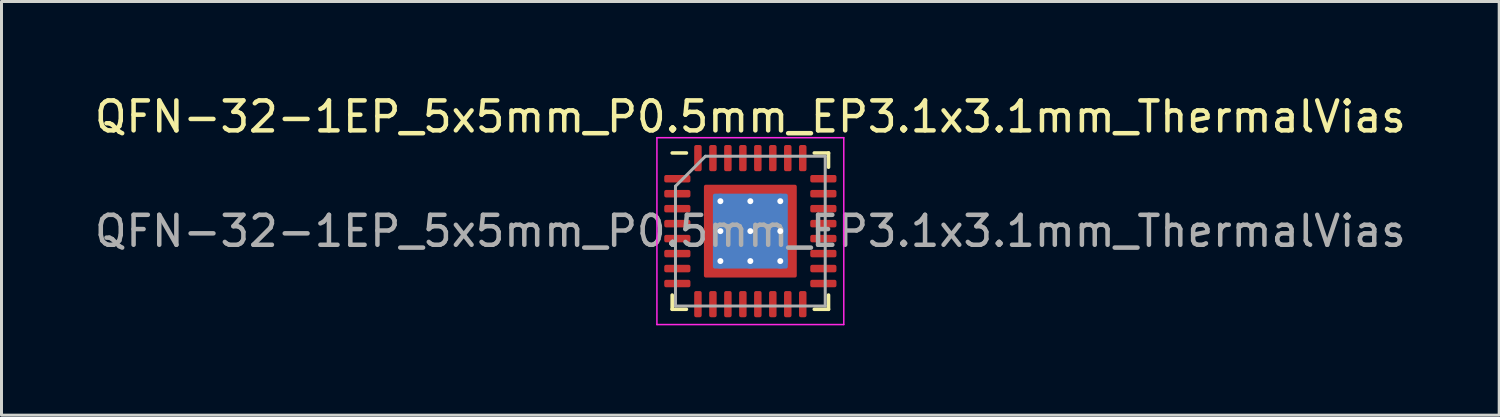
<source format=kicad_pcb>
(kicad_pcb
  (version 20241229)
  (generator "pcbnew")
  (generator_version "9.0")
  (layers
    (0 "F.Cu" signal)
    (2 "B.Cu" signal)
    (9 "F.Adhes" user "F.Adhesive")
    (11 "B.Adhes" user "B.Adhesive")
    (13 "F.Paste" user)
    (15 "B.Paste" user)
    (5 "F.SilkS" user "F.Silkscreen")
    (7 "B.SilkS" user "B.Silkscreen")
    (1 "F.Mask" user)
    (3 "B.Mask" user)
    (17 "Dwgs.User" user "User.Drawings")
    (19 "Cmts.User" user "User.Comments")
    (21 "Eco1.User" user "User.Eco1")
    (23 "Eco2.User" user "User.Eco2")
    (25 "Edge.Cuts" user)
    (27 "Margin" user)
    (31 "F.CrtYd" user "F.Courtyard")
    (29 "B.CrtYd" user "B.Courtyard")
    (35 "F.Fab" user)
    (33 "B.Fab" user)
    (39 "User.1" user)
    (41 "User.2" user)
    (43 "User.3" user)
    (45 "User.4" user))
  (footprint "QFN-32-1EP_5x5mm_P0.5mm_EP3.1x3.1mm_ThermalVias"
    (layer "F.Cu")
    (at 22.006 4.668)
    (property "Reference" "QFN-32-1EP_5x5mm_P0.5mm_EP3.1x3.1mm_ThermalVias" (at 0 -3.82 0) (layer "F.SilkS") (effects (font (size 1 1) (thickness 0.15))))
    (attr smd)
    (fp_line (start -2.61 2.61) (end -2.61 2.135) (stroke (width 0.12) (type solid)) (layer "F.SilkS"))
    (fp_line (start -2.135 -2.61) (end -2.61 -2.61) (stroke (width 0.12) (type solid)) (layer "F.SilkS"))
    (fp_line (start -2.135 2.61) (end -2.61 2.61) (stroke (width 0.12) (type solid)) (layer "F.SilkS"))
    (fp_line (start 2.135 -2.61) (end 2.61 -2.61) (stroke (width 0.12) (type solid)) (layer "F.SilkS"))
    (fp_line (start 2.135 2.61) (end 2.61 2.61) (stroke (width 0.12) (type solid)) (layer "F.SilkS"))
    (fp_line (start 2.61 -2.61) (end 2.61 -2.135) (stroke (width 0.12) (type solid)) (layer "F.SilkS"))
    (fp_line (start 2.61 2.61) (end 2.61 2.135) (stroke (width 0.12) (type solid)) (layer "F.SilkS"))
    (fp_line (start -3.12 -3.12) (end -3.12 3.12) (stroke (width 0.05) (type solid)) (layer "F.CrtYd"))
    (fp_line (start -3.12 3.12) (end 3.12 3.12) (stroke (width 0.05) (type solid)) (layer "F.CrtYd"))
    (fp_line (start 3.12 -3.12) (end -3.12 -3.12) (stroke (width 0.05) (type solid)) (layer "F.CrtYd"))
    (fp_line (start 3.12 3.12) (end 3.12 -3.12) (stroke (width 0.05) (type solid)) (layer "F.CrtYd"))
    (fp_line (start -2.5 -1.5) (end -1.5 -2.5) (stroke (width 0.1) (type solid)) (layer "F.Fab"))
    (fp_line (start -2.5 2.5) (end -2.5 -1.5) (stroke (width 0.1) (type solid)) (layer "F.Fab"))
    (fp_line (start -1.5 -2.5) (end 2.5 -2.5) (stroke (width 0.1) (type solid)) (layer "F.Fab"))
    (fp_line (start 2.5 -2.5) (end 2.5 2.5) (stroke (width 0.1) (type solid)) (layer "F.Fab"))
    (fp_line (start 2.5 2.5) (end -2.5 2.5) (stroke (width 0.1) (type solid)) (layer "F.Fab"))
    (fp_text user "${REFERENCE}" (at 0 0 0) (layer "F.Fab") (effects (font (size 1 1) (thickness 0.15))))
    (pad "" smd custom (at -1.275 -1.275) (size 0.319 0.319) (layers "F.Paste") (options (anchor circle)) (primitives (gr_poly (pts (xy -0.111 -0.111) (xy 0.111 -0.111) (xy 0.111 -0.000473) (xy -0.000473 0.111) (xy -0.111 0.111)) (width 0.222) (fill yes))))
    (pad "" smd custom (at -1.275 -0.5) (size 0.35 0.35) (layers "F.Paste") (options (anchor circle)) (primitives (gr_poly (pts (xy -0.128 -0.309) (xy 0.05 -0.309) (xy 0.128 -0.232) (xy 0.128 0.232) (xy 0.05 0.309) (xy -0.128 0.309)) (width 0.188) (fill yes))))
    (pad "" smd custom (at -1.275 0.5) (size 0.35 0.35) (layers "F.Paste") (options (anchor circle)) (primitives (gr_poly (pts (xy -0.128 -0.309) (xy 0.05 -0.309) (xy 0.128 -0.232) (xy 0.128 0.232) (xy 0.05 0.309) (xy -0.128 0.309)) (width 0.188) (fill yes))))
    (pad "" smd custom (at -1.275 1.275) (size 0.319 0.319) (layers "F.Paste") (options (anchor circle)) (primitives (gr_poly (pts (xy -0.111 -0.111) (xy -0.000473 -0.111) (xy 0.111 0.000473) (xy 0.111 0.111) (xy -0.111 0.111)) (width 0.222) (fill yes))))
    (pad "" smd custom (at -0.5 -1.275) (size 0.35 0.35) (layers "F.Paste") (options (anchor circle)) (primitives (gr_poly (pts (xy -0.309 -0.128) (xy 0.309 -0.128) (xy 0.309 0.05) (xy 0.232 0.128) (xy -0.232 0.128) (xy -0.309 0.05)) (width 0.188) (fill yes))))
    (pad "" smd roundrect (at -0.5 -0.5) (size 0.806 0.806) (layers "F.Paste") (roundrect_rratio 0.25))
    (pad "" smd roundrect (at -0.5 0.5) (size 0.806 0.806) (layers "F.Paste") (roundrect_rratio 0.25))
    (pad "" smd custom (at -0.5 1.275) (size 0.35 0.35) (layers "F.Paste") (options (anchor circle)) (primitives (gr_poly (pts (xy -0.309 -0.05) (xy -0.232 -0.128) (xy 0.232 -0.128) (xy 0.309 -0.05) (xy 0.309 0.128) (xy -0.309 0.128)) (width 0.188) (fill yes))))
    (pad "" smd custom (at 0.5 -1.275) (size 0.35 0.35) (layers "F.Paste") (options (anchor circle)) (primitives (gr_poly (pts (xy -0.309 -0.128) (xy 0.309 -0.128) (xy 0.309 0.05) (xy 0.232 0.128) (xy -0.232 0.128) (xy -0.309 0.05)) (width 0.188) (fill yes))))
    (pad "" smd roundrect (at 0.5 -0.5) (size 0.806 0.806) (layers "F.Paste") (roundrect_rratio 0.25))
    (pad "" smd roundrect (at 0.5 0.5) (size 0.806 0.806) (layers "F.Paste") (roundrect_rratio 0.25))
    (pad "" smd custom (at 0.5 1.275) (size 0.35 0.35) (layers "F.Paste") (options (anchor circle)) (primitives (gr_poly (pts (xy -0.309 -0.05) (xy -0.232 -0.128) (xy 0.232 -0.128) (xy 0.309 -0.05) (xy 0.309 0.128) (xy -0.309 0.128)) (width 0.188) (fill yes))))
    (pad "" smd custom (at 1.275 -1.275) (size 0.319 0.319) (layers "F.Paste") (options (anchor circle)) (primitives (gr_poly (pts (xy -0.111 -0.111) (xy 0.111 -0.111) (xy 0.111 0.111) (xy 0.000473 0.111) (xy -0.111 -0.000473)) (width 0.222) (fill yes))))
    (pad "" smd custom (at 1.275 -0.5) (size 0.35 0.35) (layers "F.Paste") (options (anchor circle)) (primitives (gr_poly (pts (xy -0.128 -0.232) (xy -0.05 -0.309) (xy 0.128 -0.309) (xy 0.128 0.309) (xy -0.05 0.309) (xy -0.128 0.232)) (width 0.188) (fill yes))))
    (pad "" smd custom (at 1.275 0.5) (size 0.35 0.35) (layers "F.Paste") (options (anchor circle)) (primitives (gr_poly (pts (xy -0.128 -0.232) (xy -0.05 -0.309) (xy 0.128 -0.309) (xy 0.128 0.309) (xy -0.05 0.309) (xy -0.128 0.232)) (width 0.188) (fill yes))))
    (pad "" smd custom (at 1.275 1.275) (size 0.319 0.319) (layers "F.Paste") (options (anchor circle)) (primitives (gr_poly (pts (xy -0.111 0.000473) (xy 0.000473 -0.111) (xy 0.111 -0.111) (xy 0.111 0.111) (xy -0.111 0.111)) (width 0.222) (fill yes))))
    (pad "1" smd roundrect (at -2.438 -1.75) (size 0.875 0.25) (layers "F.Cu" "F.Mask" "F.Paste") (roundrect_rratio 0.25))
    (pad "2" smd roundrect (at -2.438 -1.25) (size 0.875 0.25) (layers "F.Cu" "F.Mask" "F.Paste") (roundrect_rratio 0.25))
    (pad "3" smd roundrect (at -2.438 -0.75) (size 0.875 0.25) (layers "F.Cu" "F.Mask" "F.Paste") (roundrect_rratio 0.25))
    (pad "4" smd roundrect (at -2.438 -0.25) (size 0.875 0.25) (layers "F.Cu" "F.Mask" "F.Paste") (roundrect_rratio 0.25))
    (pad "5" smd roundrect (at -2.438 0.25) (size 0.875 0.25) (layers "F.Cu" "F.Mask" "F.Paste") (roundrect_rratio 0.25))
    (pad "6" smd roundrect (at -2.438 0.75) (size 0.875 0.25) (layers "F.Cu" "F.Mask" "F.Paste") (roundrect_rratio 0.25))
    (pad "7" smd roundrect (at -2.438 1.25) (size 0.875 0.25) (layers "F.Cu" "F.Mask" "F.Paste") (roundrect_rratio 0.25))
    (pad "8" smd roundrect (at -2.438 1.75) (size 0.875 0.25) (layers "F.Cu" "F.Mask" "F.Paste") (roundrect_rratio 0.25))
    (pad "9" smd roundrect (at -1.75 2.438) (size 0.25 0.875) (layers "F.Cu" "F.Mask" "F.Paste") (roundrect_rratio 0.25))
    (pad "10" smd roundrect (at -1.25 2.438) (size 0.25 0.875) (layers "F.Cu" "F.Mask" "F.Paste") (roundrect_rratio 0.25))
    (pad "11" smd roundrect (at -0.75 2.438) (size 0.25 0.875) (layers "F.Cu" "F.Mask" "F.Paste") (roundrect_rratio 0.25))
    (pad "12" smd roundrect (at -0.25 2.438) (size 0.25 0.875) (layers "F.Cu" "F.Mask" "F.Paste") (roundrect_rratio 0.25))
    (pad "13" smd roundrect (at 0.25 2.438) (size 0.25 0.875) (layers "F.Cu" "F.Mask" "F.Paste") (roundrect_rratio 0.25))
    (pad "14" smd roundrect (at 0.75 2.438) (size 0.25 0.875) (layers "F.Cu" "F.Mask" "F.Paste") (roundrect_rratio 0.25))
    (pad "15" smd roundrect (at 1.25 2.438) (size 0.25 0.875) (layers "F.Cu" "F.Mask" "F.Paste") (roundrect_rratio 0.25))
    (pad "16" smd roundrect (at 1.75 2.438) (size 0.25 0.875) (layers "F.Cu" "F.Mask" "F.Paste") (roundrect_rratio 0.25))
    (pad "17" smd roundrect (at 2.438 1.75) (size 0.875 0.25) (layers "F.Cu" "F.Mask" "F.Paste") (roundrect_rratio 0.25))
    (pad "18" smd roundrect (at 2.438 1.25) (size 0.875 0.25) (layers "F.Cu" "F.Mask" "F.Paste") (roundrect_rratio 0.25))
    (pad "19" smd roundrect (at 2.438 0.75) (size 0.875 0.25) (layers "F.Cu" "F.Mask" "F.Paste") (roundrect_rratio 0.25))
    (pad "20" smd roundrect (at 2.438 0.25) (size 0.875 0.25) (layers "F.Cu" "F.Mask" "F.Paste") (roundrect_rratio 0.25))
    (pad "21" smd roundrect (at 2.438 -0.25) (size 0.875 0.25) (layers "F.Cu" "F.Mask" "F.Paste") (roundrect_rratio 0.25))
    (pad "22" smd roundrect (at 2.438 -0.75) (size 0.875 0.25) (layers "F.Cu" "F.Mask" "F.Paste") (roundrect_rratio 0.25))
    (pad "23" smd roundrect (at 2.438 -1.25) (size 0.875 0.25) (layers "F.Cu" "F.Mask" "F.Paste") (roundrect_rratio 0.25))
    (pad "24" smd roundrect (at 2.438 -1.75) (size 0.875 0.25) (layers "F.Cu" "F.Mask" "F.Paste") (roundrect_rratio 0.25))
    (pad "25" smd roundrect (at 1.75 -2.438) (size 0.25 0.875) (layers "F.Cu" "F.Mask" "F.Paste") (roundrect_rratio 0.25))
    (pad "26" smd roundrect (at 1.25 -2.438) (size 0.25 0.875) (layers "F.Cu" "F.Mask" "F.Paste") (roundrect_rratio 0.25))
    (pad "27" smd roundrect (at 0.75 -2.438) (size 0.25 0.875) (layers "F.Cu" "F.Mask" "F.Paste") (roundrect_rratio 0.25))
    (pad "28" smd roundrect (at 0.25 -2.438) (size 0.25 0.875) (layers "F.Cu" "F.Mask" "F.Paste") (roundrect_rratio 0.25))
    (pad "29" smd roundrect (at -0.25 -2.438) (size 0.25 0.875) (layers "F.Cu" "F.Mask" "F.Paste") (roundrect_rratio 0.25))
    (pad "30" smd roundrect (at -0.75 -2.438) (size 0.25 0.875) (layers "F.Cu" "F.Mask" "F.Paste") (roundrect_rratio 0.25))
    (pad "31" smd roundrect (at -1.25 -2.438) (size 0.25 0.875) (layers "F.Cu" "F.Mask" "F.Paste") (roundrect_rratio 0.25))
    (pad "32" smd roundrect (at -1.75 -2.438) (size 0.25 0.875) (layers "F.Cu" "F.Mask" "F.Paste") (roundrect_rratio 0.25))
    (pad "33" thru_hole circle (at -1 -1) (size 0.5 0.5) (drill 0.2) (layers "*.Cu"))
    (pad "33" thru_hole circle (at -1 0) (size 0.5 0.5) (drill 0.2) (layers "*.Cu"))
    (pad "33" thru_hole circle (at -1 1) (size 0.5 0.5) (drill 0.2) (layers "*.Cu"))
    (pad "33" thru_hole circle (at 0 -1) (size 0.5 0.5) (drill 0.2) (layers "*.Cu"))
    (pad "33" thru_hole circle (at 0 0) (size 0.5 0.5) (drill 0.2) (layers "*.Cu"))
    (pad "33" smd roundrect (at 0 0) (size 2.5 2.5) (layers "B.Cu") (roundrect_rratio 0.025))
    (pad "33" smd roundrect (at 0 0) (size 3.1 3.1) (layers "F.Cu" "F.Mask") (roundrect_rratio 0.02))
    (pad "33" thru_hole circle (at 0 1) (size 0.5 0.5) (drill 0.2) (layers "*.Cu"))
    (pad "33" thru_hole circle (at 1 -1) (size 0.5 0.5) (drill 0.2) (layers "*.Cu"))
    (pad "33" thru_hole circle (at 1 0) (size 0.5 0.5) (drill 0.2) (layers "*.Cu"))
    (pad "33" thru_hole circle (at 1 1) (size 0.5 0.5) (drill 0.2) (layers "*.Cu")))
  (gr_rect
    (start -3 -3)
    (end 47.012 10.813)
    (stroke (width 0.1) (type default))
    (fill no)
    (layer "Edge.Cuts")))
</source>
